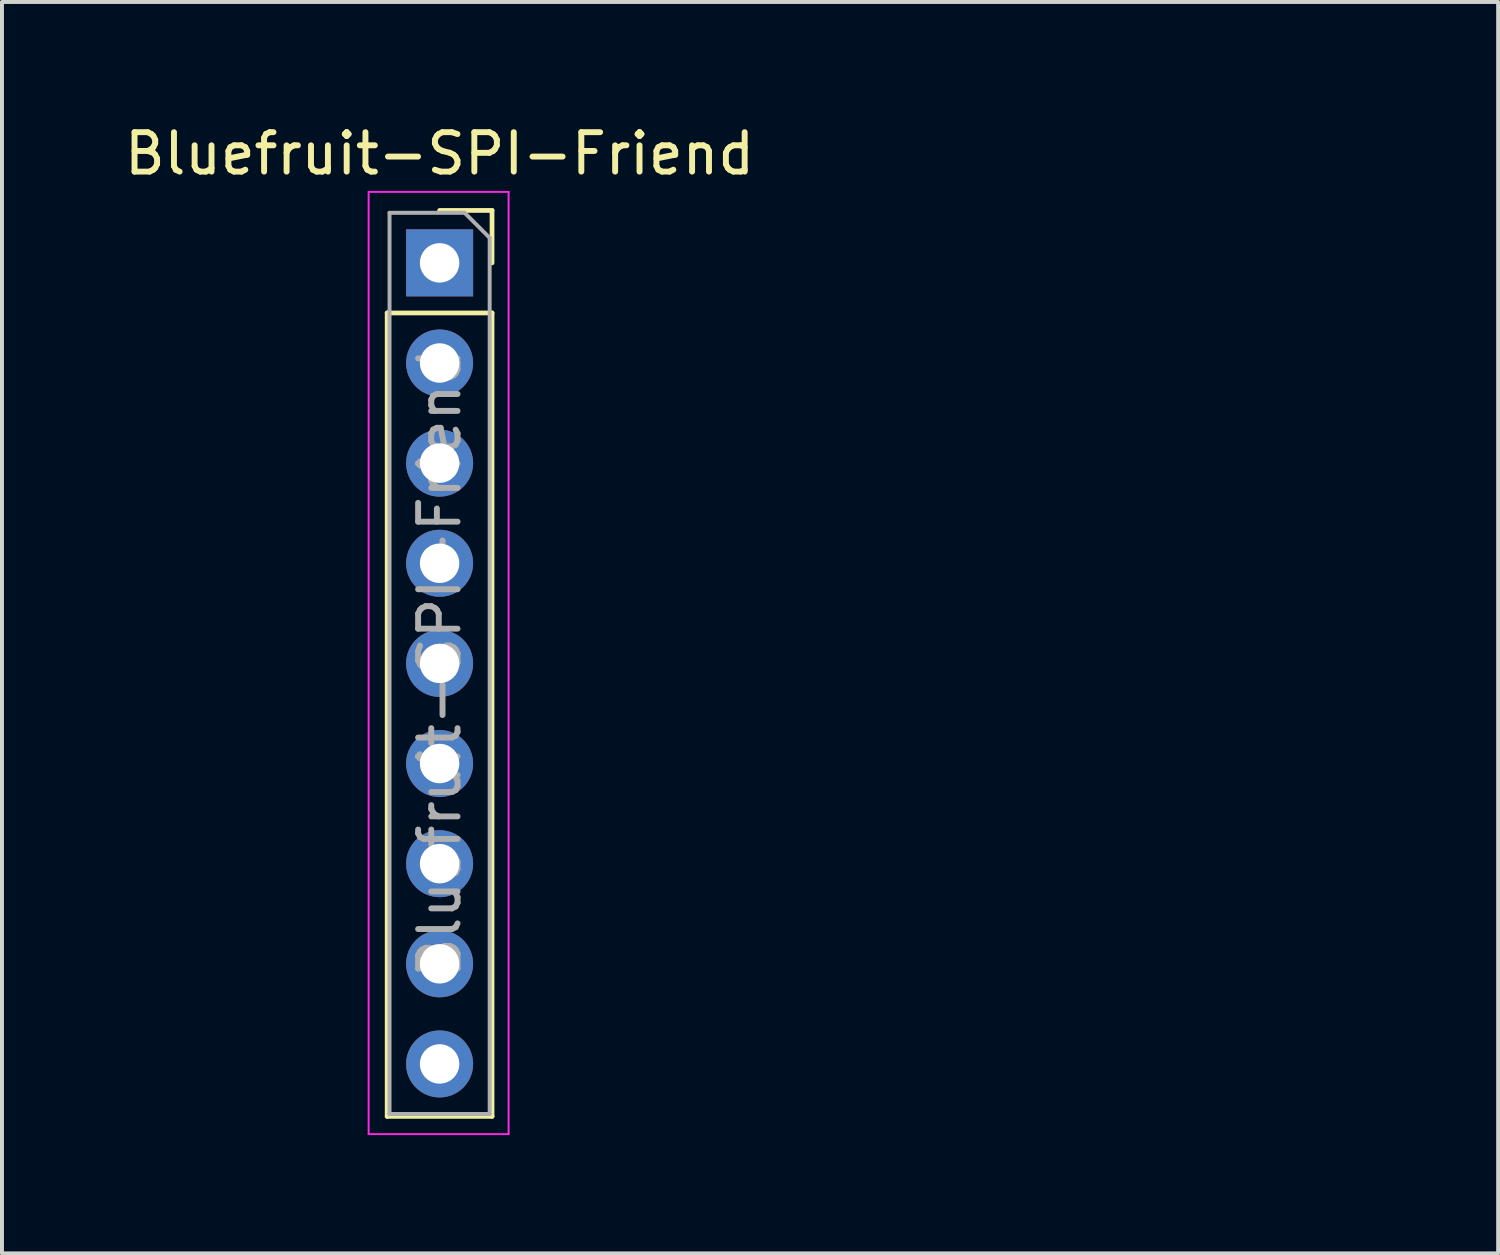
<source format=kicad_pcb>
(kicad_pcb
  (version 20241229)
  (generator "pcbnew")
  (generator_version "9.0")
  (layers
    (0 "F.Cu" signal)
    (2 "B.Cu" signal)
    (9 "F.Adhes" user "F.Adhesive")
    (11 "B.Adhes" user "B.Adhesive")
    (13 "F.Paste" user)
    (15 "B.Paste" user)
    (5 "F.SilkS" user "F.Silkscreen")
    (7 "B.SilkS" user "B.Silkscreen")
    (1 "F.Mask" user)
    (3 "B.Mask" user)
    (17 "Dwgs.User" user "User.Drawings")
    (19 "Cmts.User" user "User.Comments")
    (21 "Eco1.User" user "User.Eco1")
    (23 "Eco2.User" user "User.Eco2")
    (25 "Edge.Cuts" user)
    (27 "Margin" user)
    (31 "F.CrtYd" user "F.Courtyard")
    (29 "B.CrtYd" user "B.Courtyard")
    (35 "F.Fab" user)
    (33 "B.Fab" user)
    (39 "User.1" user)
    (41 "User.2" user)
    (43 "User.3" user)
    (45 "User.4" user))
  (footprint "FOAM-Logo-Plus-Text"
    (layer "F.Cu")
    (at 21.018 2.153)
    (property "Reference" "FOAM-Logo-Plus-Text" (at 0.045 3.38 0) (unlocked yes) (layer "User.9") (effects (font (size 1 1) (thickness 0.15))))
    (fp_line (start 6.372 1.16) (end 7.302 -0.9) (stroke (width 0.12) (type solid)) (layer "F.Mask"))
    (fp_line (start 7.362 -0.87) (end 7.982 0.46) (stroke (width 0.12) (type solid)) (layer "F.Mask"))
    (fp_line (start 8.012 0.52) (end 6.722 0.52) (stroke (width 0.12) (type solid)) (layer "F.Mask"))
    (fp_line (start 8.302 1.15) (end 8.012 0.52) (stroke (width 0.12) (type solid)) (layer "F.Mask"))
    (fp_circle (center 5.052 0.12) (end 6.092 0.15) (stroke (width 0.12) (type solid)) (fill no) (layer "F.Mask"))
    (fp_poly (pts (xy -1.251 -1.5) (xy -1.251 -1.06) (xy -1.701 -1.29)) (stroke (width 0.025) (type solid)) (fill yes) (layer "F.Mask"))
    (fp_poly (pts (xy -1.25 -1.5) (xy -1.25 -1.06) (xy -0.8 -1.29)) (stroke (width 0.025) (type solid)) (fill yes) (layer "F.Mask"))
    (fp_poly (pts (xy -0.002 -2.14) (xy -0.002 -1.7) (xy -0.452 -1.93)) (stroke (width 0.025) (type solid)) (fill yes) (layer "F.Mask"))
    (fp_poly (pts (xy -0.001 -0.871) (xy -0.001 -0.431) (xy -0.451 -0.661)) (stroke (width 0.025) (type solid)) (fill yes) (layer "F.Mask"))
    (fp_poly (pts (xy -0.001 -0.871) (xy -0.001 -0.431) (xy 0.449 -0.661)) (stroke (width 0.025) (type solid)) (fill yes) (layer "F.Mask"))
    (fp_poly (pts (xy 0 -2.14) (xy 0 -1.7) (xy 0.45 -1.93)) (stroke (width 0.025) (type solid)) (fill yes) (layer "F.Mask"))
    (fp_poly (pts (xy 1.248 -1.495) (xy 1.248 -1.055) (xy 0.798 -1.285)) (stroke (width 0.025) (type solid)) (fill yes) (layer "F.Mask"))
    (fp_poly (pts (xy 1.25 -1.495) (xy 1.25 -1.055) (xy 1.7 -1.285)) (stroke (width 0.025) (type solid)) (fill yes) (layer "F.Mask"))
    (fp_poly (pts (xy -0.706 -1.137) (xy -0.706 -0.14) (xy -1.183 0.106) (xy -1.183 -0.906)) (stroke (width 0.025) (type solid)) (fill yes) (layer "F.Mask"))
    (fp_poly (pts (xy -0.704 0.399) (xy -0.704 1.396) (xy -1.181 1.642) (xy -1.181 0.63)) (stroke (width 0.025) (type solid)) (fill yes) (layer "F.Mask"))
    (fp_poly (pts (xy -0.058 -1.536) (xy -0.058 -1.016) (xy -0.55 -0.784) (xy -0.536 -1.797)) (stroke (width 0.025) (type solid)) (fill yes) (layer "F.Mask"))
    (fp_poly (pts (xy 0.056 -1.536) (xy 0.056 -1.016) (xy 0.548 -0.784) (xy 0.534 -1.797)) (stroke (width 0.025) (type solid)) (fill yes) (layer "F.Mask"))
    (fp_poly (pts (xy 0.548 -0.538) (xy 0.548 0.459) (xy 0.071 0.705) (xy 0.071 -0.307)) (stroke (width 0.025) (type solid)) (fill yes) (layer "F.Mask"))
    (fp_poly (pts (xy 0.548 1.037) (xy 0.548 2.034) (xy 0.071 2.28) (xy 0.071 1.268)) (stroke (width 0.025) (type solid)) (fill yes) (layer "F.Mask"))
    (fp_poly (pts (xy 1.787 -1.157) (xy 1.787 -0.16) (xy 1.31 0.086) (xy 1.31 -0.926)) (stroke (width 0.025) (type solid)) (fill yes) (layer "F.Mask"))
    (fp_poly (pts (xy 1.803 0.397) (xy 1.803 1.394) (xy 1.326 1.64) (xy 1.326 0.628)) (stroke (width 0.025) (type solid)) (fill yes) (layer "F.Mask"))
    (fp_poly (pts (xy 7.335 -0.809) (xy 6.76 0.465) (xy 7.916 0.465) (xy 7.335 -0.809)) (stroke (width 0.076) (type solid)) (fill no) (layer "F.Mask"))
    (fp_poly (pts (xy -1.803 -1.138) (xy -1.803 -0.141) (xy -1.326 0.105) (xy -1.326 -0.284) (xy -1.326 -0.907)) (stroke (width 0.025) (type solid)) (fill yes) (layer "F.Mask"))
    (fp_poly (pts (xy -1.801 0.399) (xy -1.801 1.396) (xy -1.324 1.642) (xy -1.324 1.252) (xy -1.324 0.63)) (stroke (width 0.025) (type solid)) (fill yes) (layer "F.Mask"))
    (fp_poly (pts (xy -0.549 -0.538) (xy -0.549 0.459) (xy -0.072 0.705) (xy -0.072 0.315) (xy -0.072 -0.307)) (stroke (width 0.025) (type solid)) (fill yes) (layer "F.Mask"))
    (fp_poly (pts (xy -0.549 1.036) (xy -0.549 2.033) (xy -0.072 2.279) (xy -0.072 1.89) (xy -0.072 1.267)) (stroke (width 0.025) (type solid)) (fill yes) (layer "F.Mask"))
    (fp_poly (pts (xy 0.69 -1.158) (xy 0.69 -0.161) (xy 1.167 0.085) (xy 1.167 -0.304) (xy 1.167 -0.927)) (stroke (width 0.025) (type solid)) (fill yes) (layer "F.Mask"))
    (fp_poly (pts (xy 0.707 0.396) (xy 0.707 1.393) (xy 1.184 1.639) (xy 1.184 1.25) (xy 1.184 0.627)) (stroke (width 0.025) (type solid)) (fill yes) (layer "F.Mask"))
    (fp_poly (pts (xy -1.27 0.271) (xy -1.27 0.504) (xy -1.312 0.485) (xy -1.717 0.283) (xy -1.529 0.167) (xy -1.341 0.269)) (stroke (width 0.025) (type solid)) (fill yes) (layer "F.Mask"))
    (fp_poly (pts (xy -1.27 0.271) (xy -1.27 0.504) (xy -1.228 0.485) (xy -0.823 0.283) (xy -1.011 0.167) (xy -1.199 0.269)) (stroke (width 0.025) (type solid)) (fill yes) (layer "F.Mask"))
    (fp_poly (pts (xy 0 0.909) (xy 0 1.143) (xy -0.042 1.124) (xy -0.447 0.922) (xy -0.259 0.806) (xy -0.071 0.908)) (stroke (width 0.025) (type solid)) (fill yes) (layer "F.Mask"))
    (fp_poly (pts (xy 0 0.909) (xy 0 1.143) (xy 0.042 1.124) (xy 0.447 0.922) (xy 0.259 0.806) (xy 0.071 0.908)) (stroke (width 0.025) (type solid)) (fill yes) (layer "F.Mask"))
    (fp_poly (pts (xy 1.25 0.26) (xy 1.25 0.494) (xy 1.208 0.475) (xy 0.803 0.273) (xy 0.991 0.157) (xy 1.179 0.259)) (stroke (width 0.025) (type solid)) (fill yes) (layer "F.Mask"))
    (fp_poly (pts (xy 1.25 0.26) (xy 1.25 0.494) (xy 1.292 0.475) (xy 1.697 0.273) (xy 1.509 0.157) (xy 1.321 0.259)) (stroke (width 0.025) (type solid)) (fill yes) (layer "F.Mask"))
    (fp_poly (pts (xy 6.705 0.595) (xy 6.426 1.213) (xy 6.282 1.213) (xy 7.267 -0.96) (xy 7.406 -0.96) (xy 8.4 1.213) (xy 8.257 1.213) (xy 7.974 0.595) (xy 6.705 0.595)) (stroke (width 0.076) (type solid)) (fill no) (layer "F.Mask"))
    (fp_poly (pts (xy 2.563 -0.83) (xy 2.563 0.108) (xy 3.606 0.108) (xy 3.606 0.239) (xy 2.563 0.239) (xy 2.563 1.213) (xy 2.432 1.213) (xy 2.432 -0.96) (xy 3.74 -0.96) (xy 3.74 -0.83) (xy 2.563 -0.83)) (stroke (width 0.076) (type solid)) (fill yes) (layer "F.Mask"))
    (fp_poly (pts (xy 10.771 1.213) (xy 10.771 -0.777) (xy 9.878 0.977) (xy 9.819 0.977) (xy 8.921 -0.777) (xy 8.921 1.213) (xy 8.797 1.213) (xy 8.797 -0.96) (xy 8.978 -0.96) (xy 9.854 0.751) (xy 10.716 -0.96) (xy 10.896 -0.96) (xy 10.896 1.213) (xy 10.771 1.213)) (stroke (width 0.076) (type solid)) (fill yes) (layer "F.Mask"))
    (fp_poly (pts (xy 6.164 0.127) (xy 6.162 0.183) (xy 6.157 0.24) (xy 6.149 0.295) (xy 6.138 0.349) (xy 6.125 0.403) (xy 6.109 0.455) (xy 6.091 0.506) (xy 6.071 0.556) (xy 6.048 0.605) (xy 6.023 0.652) (xy 5.995 0.698) (xy 5.966 0.742) (xy 5.934 0.785) (xy 5.901 0.827) (xy 5.865 0.866) (xy 5.828 0.904) (xy 5.789 0.94) (xy 5.748 0.974) (xy 5.706 1.007) (xy 5.662 1.037) (xy 5.617 1.065) (xy 5.57 1.091) (xy 5.522 1.114) (xy 5.473 1.136) (xy 5.422 1.155) (xy 5.37 1.172) (xy 5.318 1.186) (xy 5.264 1.197) (xy 5.209 1.206) (xy 5.154 1.212) (xy 5.097 1.216) (xy 5.04 1.216) (xy 4.984 1.216) (xy 4.927 1.212) (xy 4.872 1.206) (xy 4.817 1.197) (xy 4.763 1.186) (xy 4.711 1.172) (xy 4.659 1.155) (xy 4.608 1.136) (xy 4.559 1.114) (xy 4.511 1.091) (xy 4.464 1.065) (xy 4.419 1.037) (xy 4.375 1.007) (xy 4.333 0.974) (xy 4.292 0.94) (xy 4.253 0.904) (xy 4.216 0.866) (xy 4.18 0.827) (xy 4.147 0.785) (xy 4.115 0.742) (xy 4.086 0.698) (xy 4.058 0.652) (xy 4.033 0.605) (xy 4.01 0.556) (xy 3.99 0.506) (xy 3.972 0.455) (xy 3.956 0.403) (xy 3.943 0.349) (xy 3.932 0.295) (xy 3.924 0.24) (xy 3.919 0.183) (xy 3.917 0.127) (xy 3.919 0.072) (xy 3.924 0.017) (xy 3.931 -0.037) (xy 3.942 -0.09) (xy 3.954 -0.142) (xy 3.97 -0.194) (xy 3.987 -0.245) (xy 4.008 -0.295) (xy 4.03 -0.344) (xy 4.055 -0.392) (xy 4.083 -0.439) (xy 4.112 -0.484) (xy 4.144 -0.528) (xy 4.178 -0.57) (xy 4.215 -0.611) (xy 4.253 -0.65) (xy 4.294 -0.687) (xy 4.335 -0.722) (xy 4.379 -0.755) (xy 4.424 -0.785) (xy 4.47 -0.813) (xy 4.518 -0.839) (xy 4.566 -0.862) (xy 4.616 -0.883) (xy 4.667 -0.902) (xy 4.718 -0.918) (xy 4.77 -0.932) (xy 4.823 -0.943) (xy 4.877 -0.951) (xy 4.931 -0.957) (xy 4.986 -0.96) (xy 5.04 -0.96) (xy 5.095 -0.96) (xy 5.15 -0.957) (xy 5.204 -0.951) (xy 5.258 -0.943) (xy 5.311 -0.932) (xy 5.363 -0.918) (xy 5.414 -0.902) (xy 5.465 -0.883) (xy 5.515 -0.862) (xy 5.563 -0.839) (xy 5.611 -0.813) (xy 5.657 -0.785) (xy 5.702 -0.755) (xy 5.745 -0.722) (xy 5.787 -0.687) (xy 5.828 -0.65) (xy 5.866 -0.611) (xy 5.903 -0.57) (xy 5.937 -0.528) (xy 5.969 -0.484) (xy 5.998 -0.439) (xy 6.026 -0.392) (xy 6.051 -0.344) (xy 6.073 -0.295) (xy 6.094 -0.245) (xy 6.111 -0.194) (xy 6.127 -0.142) (xy 6.139 -0.09) (xy 6.15 -0.037) (xy 6.157 0.017) (xy 6.162 0.072) (xy 6.164 0.127)) (stroke (width 0.076) (type solid)) (fill no) (layer "F.Mask"))
    (fp_poly (pts (xy 4.05 0.127) (xy 4.053 0.176) (xy 4.059 0.225) (xy 4.067 0.273) (xy 4.077 0.32) (xy 4.089 0.367) (xy 4.103 0.412) (xy 4.12 0.456) (xy 4.139 0.5) (xy 4.159 0.542) (xy 4.182 0.583) (xy 4.206 0.623) (xy 4.232 0.662) (xy 4.26 0.699) (xy 4.29 0.735) (xy 4.321 0.769) (xy 4.353 0.802) (xy 4.388 0.834) (xy 4.423 0.863) (xy 4.46 0.892) (xy 4.499 0.918) (xy 4.538 0.943) (xy 4.579 0.965) (xy 4.621 0.986) (xy 4.664 1.005) (xy 4.708 1.022) (xy 4.753 1.037) (xy 4.799 1.049) (xy 4.846 1.06) (xy 4.894 1.068) (xy 4.942 1.074) (xy 4.991 1.078) (xy 5.04 1.079) (xy 5.09 1.078) (xy 5.139 1.074) (xy 5.187 1.068) (xy 5.235 1.06) (xy 5.282 1.049) (xy 5.328 1.037) (xy 5.373 1.022) (xy 5.417 1.005) (xy 5.46 0.986) (xy 5.502 0.965) (xy 5.543 0.943) (xy 5.582 0.918) (xy 5.621 0.892) (xy 5.658 0.863) (xy 5.693 0.834) (xy 5.728 0.802) (xy 5.76 0.769) (xy 5.791 0.735) (xy 5.821 0.699) (xy 5.849 0.662) (xy 5.875 0.623) (xy 5.899 0.583) (xy 5.922 0.542) (xy 5.942 0.5) (xy 5.961 0.456) (xy 5.977 0.412) (xy 5.992 0.367) (xy 6.004 0.32) (xy 6.014 0.273) (xy 6.022 0.225) (xy 6.028 0.176) (xy 6.031 0.127) (xy 6.029 0.076) (xy 6.024 0.027) (xy 6.017 -0.022) (xy 6.008 -0.069) (xy 5.996 -0.116) (xy 5.982 -0.162) (xy 5.966 -0.207) (xy 5.948 -0.251) (xy 5.927 -0.294) (xy 5.905 -0.336) (xy 5.881 -0.376) (xy 5.855 -0.415) (xy 5.827 -0.453) (xy 5.798 -0.489) (xy 5.767 -0.524) (xy 5.734 -0.558) (xy 5.699 -0.589) (xy 5.664 -0.619) (xy 5.626 -0.648) (xy 5.588 -0.674) (xy 5.548 -0.699) (xy 5.507 -0.722) (xy 5.464 -0.743) (xy 5.421 -0.762) (xy 5.376 -0.778) (xy 5.331 -0.793) (xy 5.284 -0.806) (xy 5.237 -0.816) (xy 5.189 -0.824) (xy 5.14 -0.829) (xy 5.091 -0.832) (xy 5.04 -0.833) (xy 4.99 -0.832) (xy 4.941 -0.829) (xy 4.892 -0.824) (xy 4.844 -0.816) (xy 4.797 -0.806) (xy 4.75 -0.793) (xy 4.705 -0.779) (xy 4.66 -0.762) (xy 4.617 -0.743) (xy 4.574 -0.722) (xy 4.533 -0.699) (xy 4.493 -0.675) (xy 4.455 -0.648) (xy 4.417 -0.62) (xy 4.381 -0.59) (xy 4.347 -0.558) (xy 4.314 -0.524) (xy 4.283 -0.49) (xy 4.253 -0.453) (xy 4.226 -0.415) (xy 4.2 -0.376) (xy 4.176 -0.336) (xy 4.153 -0.294) (xy 4.133 -0.251) (xy 4.115 -0.207) (xy 4.099 -0.162) (xy 4.085 -0.116) (xy 4.073 -0.069) (xy 4.064 -0.022) (xy 4.057 0.027) (xy 4.052 0.076) (xy 4.05 0.127) (xy 4.05 0.127)) (stroke (width 0.076) (type solid)) (fill no) (layer "F.Mask")))
  (footprint "Bluefruit-SPI-Friend"
    (layer "F.Cu")
    (at 8.101 3.618)
    (property "Reference" "Bluefruit-SPI-Friend" (at 0 -2.77 0) (layer "F.SilkS") (effects (font (size 1 1) (thickness 0.15))))
    (attr through_hole)
    (fp_line (start -1.33 1.27) (end -1.33 21.65) (stroke (width 0.12) (type solid)) (layer "F.SilkS"))
    (fp_line (start -1.33 1.27) (end 1.33 1.27) (stroke (width 0.12) (type solid)) (layer "F.SilkS"))
    (fp_line (start -1.33 21.65) (end 1.33 21.65) (stroke (width 0.12) (type solid)) (layer "F.SilkS"))
    (fp_line (start 0 -1.33) (end 1.33 -1.33) (stroke (width 0.12) (type solid)) (layer "F.SilkS"))
    (fp_line (start 1.33 -1.33) (end 1.33 0) (stroke (width 0.12) (type solid)) (layer "F.SilkS"))
    (fp_line (start 1.33 1.27) (end 1.33 21.65) (stroke (width 0.12) (type solid)) (layer "F.SilkS"))
    (fp_line (start -1.8 -1.8) (end 1.75 -1.8) (stroke (width 0.05) (type solid)) (layer "F.CrtYd"))
    (fp_line (start -1.8 22.1) (end -1.8 -1.8) (stroke (width 0.05) (type solid)) (layer "F.CrtYd"))
    (fp_line (start 1.75 -1.8) (end 1.75 22.1) (stroke (width 0.05) (type solid)) (layer "F.CrtYd"))
    (fp_line (start 1.75 22.1) (end -1.8 22.1) (stroke (width 0.05) (type solid)) (layer "F.CrtYd"))
    (fp_line (start -1.27 -1.27) (end 0.635 -1.27) (stroke (width 0.1) (type solid)) (layer "F.Fab"))
    (fp_line (start -1.27 21.59) (end -1.27 -1.27) (stroke (width 0.1) (type solid)) (layer "F.Fab"))
    (fp_line (start 0.635 -1.27) (end 1.27 -0.635) (stroke (width 0.1) (type solid)) (layer "F.Fab"))
    (fp_line (start 1.27 -0.635) (end 1.27 21.59) (stroke (width 0.1) (type solid)) (layer "F.Fab"))
    (fp_line (start 1.27 21.59) (end -1.27 21.59) (stroke (width 0.1) (type solid)) (layer "F.Fab"))
    (fp_text user "${REFERENCE}" (at 0 10.16 90) (layer "F.Fab") (effects (font (size 1 1) (thickness 0.15))))
    (pad "1" thru_hole oval (at 0 20.32) (size 1.7 1.7) (drill 1) (layers "*.Cu" "*.Mask"))
    (pad "2" thru_hole oval (at 0 17.78) (size 1.7 1.7) (drill 1) (layers "*.Cu" "*.Mask"))
    (pad "3" thru_hole oval (at 0 15.24) (size 1.7 1.7) (drill 1) (layers "*.Cu" "*.Mask"))
    (pad "4" thru_hole oval (at 0 12.7) (size 1.7 1.7) (drill 1) (layers "*.Cu" "*.Mask"))
    (pad "5" thru_hole oval (at 0 10.16) (size 1.7 1.7) (drill 1) (layers "*.Cu" "*.Mask"))
    (pad "6" thru_hole oval (at 0 7.62) (size 1.7 1.7) (drill 1) (layers "*.Cu" "*.Mask"))
    (pad "7" thru_hole oval (at 0 5.08) (size 1.7 1.7) (drill 1) (layers "*.Cu" "*.Mask"))
    (pad "8" thru_hole oval (at 0 2.54) (size 1.7 1.7) (drill 1) (layers "*.Cu" "*.Mask"))
    (pad "9" thru_hole rect (at 0 0) (size 1.7 1.7) (drill 1) (layers "*.Cu" "*.Mask")))
  (gr_rect
    (start -3 -3)
    (end 34.952 28.743)
    (stroke (width 0.1) (type default))
    (fill no)
    (layer "Edge.Cuts")))
</source>
